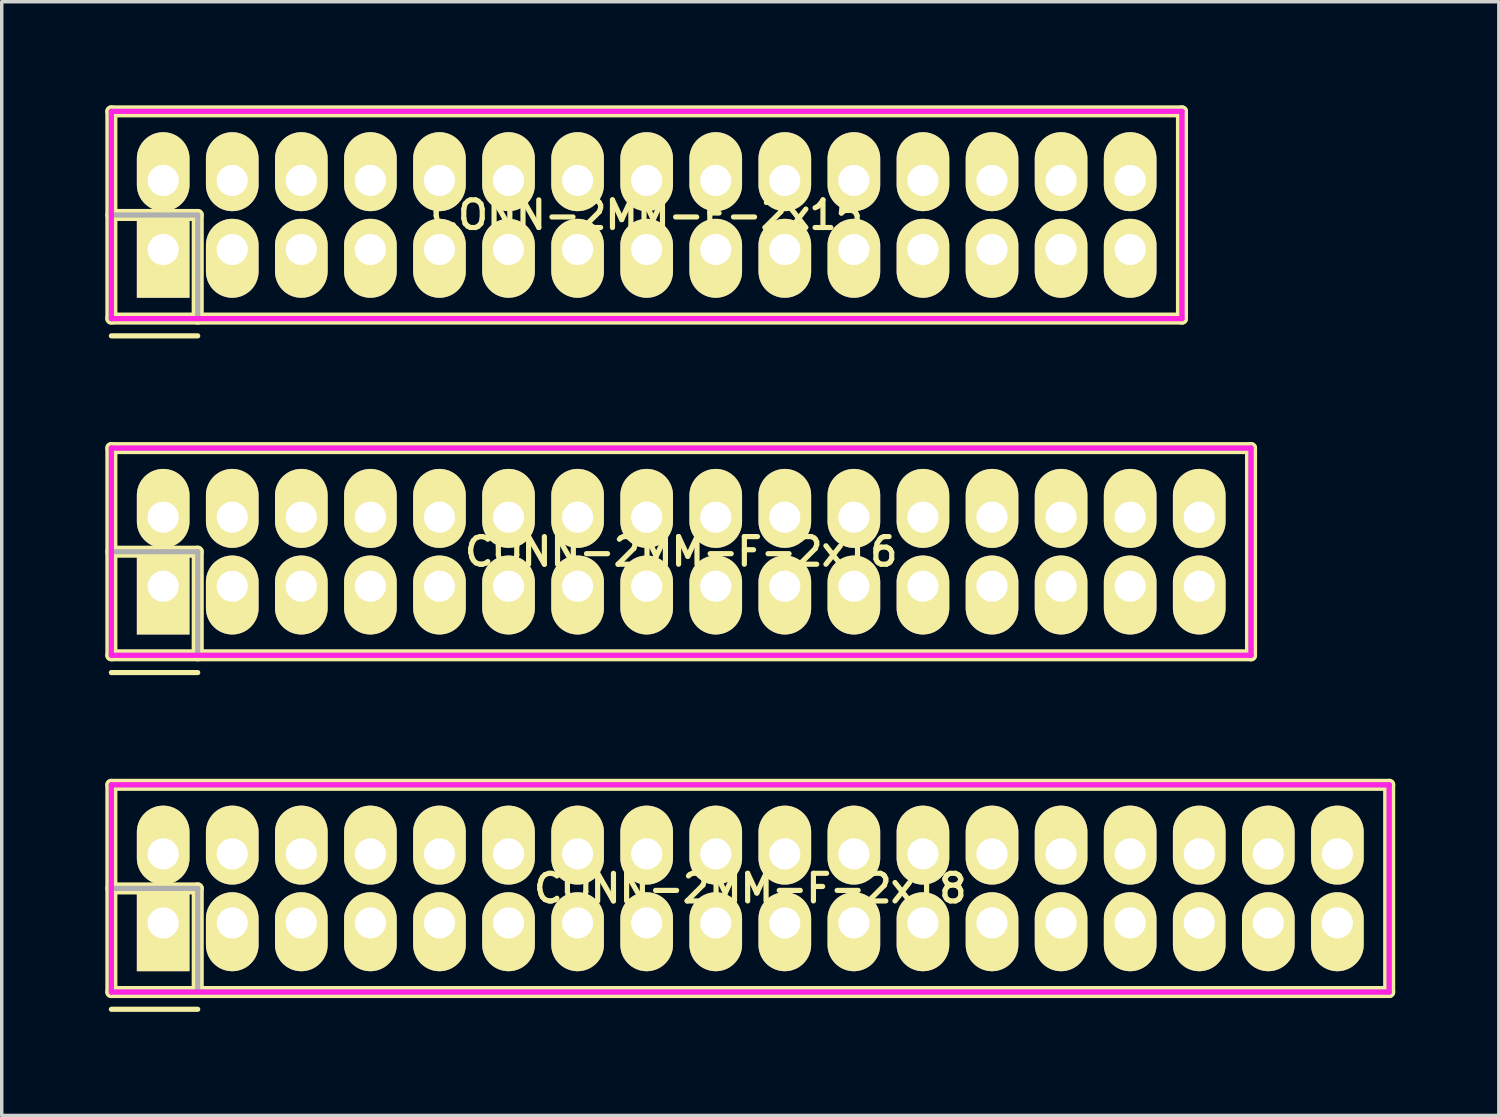
<source format=kicad_pcb>
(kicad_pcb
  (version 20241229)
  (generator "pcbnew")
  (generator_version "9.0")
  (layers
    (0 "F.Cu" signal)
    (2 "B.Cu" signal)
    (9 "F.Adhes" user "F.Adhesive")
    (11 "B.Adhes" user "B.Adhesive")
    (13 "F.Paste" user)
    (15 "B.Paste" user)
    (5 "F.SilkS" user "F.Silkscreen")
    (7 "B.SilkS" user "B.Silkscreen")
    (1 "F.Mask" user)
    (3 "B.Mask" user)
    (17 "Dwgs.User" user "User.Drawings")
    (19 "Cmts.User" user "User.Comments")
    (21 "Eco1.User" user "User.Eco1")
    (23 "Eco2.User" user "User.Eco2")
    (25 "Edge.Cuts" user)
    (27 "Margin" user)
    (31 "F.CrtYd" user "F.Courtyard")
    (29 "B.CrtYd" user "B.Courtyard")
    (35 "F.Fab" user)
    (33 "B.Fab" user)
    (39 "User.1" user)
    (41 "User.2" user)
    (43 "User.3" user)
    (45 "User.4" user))
  (footprint "CONN-2MM-F-2x16"
    (layer "F.Cu")
    (at 16.675 12.925)
    (property "Reference" "CONN-2MM-F-2x16" (at 0 0 0) (layer "F.SilkS") (effects (font (size 0.8 0.8) (thickness 0.15))))
    (attr through_hole)
    (fp_line (start -16.5 -3) (end 16.5 -3) (stroke (width 0.35) (type solid)) (layer "F.SilkS"))
    (fp_line (start -16.5 0) (end -14 0) (stroke (width 0.35) (type solid)) (layer "F.SilkS"))
    (fp_line (start -16.5 3) (end -16.5 -3) (stroke (width 0.35) (type solid)) (layer "F.SilkS"))
    (fp_line (start -16.5 3.5) (end -14 3.5) (stroke (width 0.15) (type solid)) (layer "F.SilkS"))
    (fp_line (start -14 0) (end -14 3) (stroke (width 0.35) (type solid)) (layer "F.SilkS"))
    (fp_line (start 16.5 -3) (end 16.5 3) (stroke (width 0.35) (type solid)) (layer "F.SilkS"))
    (fp_line (start 16.5 3) (end -16.5 3) (stroke (width 0.35) (type solid)) (layer "F.SilkS"))
    (fp_line (start -16.5 -3) (end 16.5 -3) (stroke (width 0.15) (type solid)) (layer "F.CrtYd"))
    (fp_line (start -16.5 3) (end -16.5 -3) (stroke (width 0.15) (type solid)) (layer "F.CrtYd"))
    (fp_line (start 16.5 -3) (end 16.5 3) (stroke (width 0.15) (type solid)) (layer "F.CrtYd"))
    (fp_line (start 16.5 3) (end -16.5 3) (stroke (width 0.15) (type solid)) (layer "F.CrtYd"))
    (fp_line (start -16.5 -3) (end 16.5 -3) (stroke (width 0.15) (type solid)) (layer "F.Fab"))
    (fp_line (start -16.5 0) (end -14 0) (stroke (width 0.15) (type solid)) (layer "F.Fab"))
    (fp_line (start -16.5 3) (end -16.5 -3) (stroke (width 0.15) (type solid)) (layer "F.Fab"))
    (fp_line (start -14 0) (end -14 3) (stroke (width 0.15) (type solid)) (layer "F.Fab"))
    (fp_line (start 16.5 -3) (end 16.5 3) (stroke (width 0.15) (type solid)) (layer "F.Fab"))
    (fp_line (start 16.5 3) (end -16.5 3) (stroke (width 0.15) (type solid)) (layer "F.Fab"))
    (pad "1" thru_hole rect (at -15 1) (size 1.524 2.286) (drill 0.9 (offset 0 0.254)) (layers "*.Cu" "*.Mask" "F.SilkS"))
    (pad "2" thru_hole oval (at -15 -1) (size 1.524 2.286) (drill 0.9 (offset 0 -0.254)) (layers "*.Cu" "*.Mask" "F.SilkS"))
    (pad "3" thru_hole oval (at -13 1) (size 1.524 2.286) (drill 0.9 (offset 0 0.254)) (layers "*.Cu" "*.Mask" "F.SilkS"))
    (pad "4" thru_hole oval (at -13 -1) (size 1.524 2.286) (drill 0.9 (offset 0 -0.254)) (layers "*.Cu" "*.Mask" "F.SilkS"))
    (pad "5" thru_hole oval (at -11 1) (size 1.524 2.286) (drill 0.9 (offset 0 0.254)) (layers "*.Cu" "*.Mask" "F.SilkS"))
    (pad "6" thru_hole oval (at -11 -1) (size 1.524 2.286) (drill 0.9 (offset 0 -0.254)) (layers "*.Cu" "*.Mask" "F.SilkS"))
    (pad "7" thru_hole oval (at -9 1) (size 1.524 2.286) (drill 0.9 (offset 0 0.254)) (layers "*.Cu" "*.Mask" "F.SilkS"))
    (pad "8" thru_hole oval (at -9 -1) (size 1.524 2.286) (drill 0.9 (offset 0 -0.254)) (layers "*.Cu" "*.Mask" "F.SilkS"))
    (pad "9" thru_hole oval (at -7 1) (size 1.524 2.286) (drill 0.9 (offset 0 0.254)) (layers "*.Cu" "*.Mask" "F.SilkS"))
    (pad "10" thru_hole oval (at -7 -1) (size 1.524 2.286) (drill 0.9 (offset 0 -0.254)) (layers "*.Cu" "*.Mask" "F.SilkS"))
    (pad "11" thru_hole oval (at -5 1) (size 1.524 2.286) (drill 0.9 (offset 0 0.254)) (layers "*.Cu" "*.Mask" "F.SilkS"))
    (pad "12" thru_hole oval (at -5 -1) (size 1.524 2.286) (drill 0.9 (offset 0 -0.254)) (layers "*.Cu" "*.Mask" "F.SilkS"))
    (pad "13" thru_hole oval (at -3 1) (size 1.524 2.286) (drill 0.9 (offset 0 0.254)) (layers "*.Cu" "*.Mask" "F.SilkS"))
    (pad "14" thru_hole oval (at -3 -1) (size 1.524 2.286) (drill 0.9 (offset 0 -0.254)) (layers "*.Cu" "*.Mask" "F.SilkS"))
    (pad "15" thru_hole oval (at -1 1) (size 1.524 2.286) (drill 0.9 (offset 0 0.254)) (layers "*.Cu" "*.Mask" "F.SilkS"))
    (pad "16" thru_hole oval (at -1 -1) (size 1.524 2.286) (drill 0.9 (offset 0 -0.254)) (layers "*.Cu" "*.Mask" "F.SilkS"))
    (pad "17" thru_hole oval (at 1 1) (size 1.524 2.286) (drill 0.9 (offset 0 0.254)) (layers "*.Cu" "*.Mask" "F.SilkS"))
    (pad "18" thru_hole oval (at 1 -1) (size 1.524 2.286) (drill 0.9 (offset 0 -0.254)) (layers "*.Cu" "*.Mask" "F.SilkS"))
    (pad "19" thru_hole oval (at 3 1) (size 1.524 2.286) (drill 0.9 (offset 0 0.254)) (layers "*.Cu" "*.Mask" "F.SilkS"))
    (pad "20" thru_hole oval (at 3 -1) (size 1.524 2.286) (drill 0.9 (offset 0 -0.254)) (layers "*.Cu" "*.Mask" "F.SilkS"))
    (pad "21" thru_hole oval (at 5 1) (size 1.524 2.286) (drill 0.9 (offset 0 0.254)) (layers "*.Cu" "*.Mask" "F.SilkS"))
    (pad "22" thru_hole oval (at 5 -1) (size 1.524 2.286) (drill 0.9 (offset 0 -0.254)) (layers "*.Cu" "*.Mask" "F.SilkS"))
    (pad "23" thru_hole oval (at 7 1) (size 1.524 2.286) (drill 0.9 (offset 0 0.254)) (layers "*.Cu" "*.Mask" "F.SilkS"))
    (pad "24" thru_hole oval (at 7 -1) (size 1.524 2.286) (drill 0.9 (offset 0 -0.254)) (layers "*.Cu" "*.Mask" "F.SilkS"))
    (pad "25" thru_hole oval (at 9 1) (size 1.524 2.286) (drill 0.9 (offset 0 0.254)) (layers "*.Cu" "*.Mask" "F.SilkS"))
    (pad "26" thru_hole oval (at 9 -1) (size 1.524 2.286) (drill 0.9 (offset 0 -0.254)) (layers "*.Cu" "*.Mask" "F.SilkS"))
    (pad "27" thru_hole oval (at 11 1) (size 1.524 2.286) (drill 0.9 (offset 0 0.254)) (layers "*.Cu" "*.Mask" "F.SilkS"))
    (pad "28" thru_hole oval (at 11 -1) (size 1.524 2.286) (drill 0.9 (offset 0 -0.254)) (layers "*.Cu" "*.Mask" "F.SilkS"))
    (pad "29" thru_hole oval (at 13 1) (size 1.524 2.286) (drill 0.9 (offset 0 0.254)) (layers "*.Cu" "*.Mask" "F.SilkS"))
    (pad "30" thru_hole oval (at 13 -1) (size 1.524 2.286) (drill 0.9 (offset 0 -0.254)) (layers "*.Cu" "*.Mask" "F.SilkS"))
    (pad "31" thru_hole oval (at 15 1) (size 1.524 2.286) (drill 0.9 (offset 0 0.254)) (layers "*.Cu" "*.Mask" "F.SilkS"))
    (pad "32" thru_hole oval (at 15 -1) (size 1.524 2.286) (drill 0.9 (offset 0 -0.254)) (layers "*.Cu" "*.Mask" "F.SilkS")))
  (footprint "CONN-2MM-F-2x15"
    (layer "F.Cu")
    (at 15.675 3.175)
    (property "Reference" "CONN-2MM-F-2x15" (at 0 0 0) (layer "F.SilkS") (effects (font (size 0.8 0.8) (thickness 0.15))))
    (attr through_hole)
    (fp_line (start -15.5 -3) (end 15.5 -3) (stroke (width 0.35) (type solid)) (layer "F.SilkS"))
    (fp_line (start -15.5 0) (end -13 0) (stroke (width 0.35) (type solid)) (layer "F.SilkS"))
    (fp_line (start -15.5 3) (end -15.5 -3) (stroke (width 0.35) (type solid)) (layer "F.SilkS"))
    (fp_line (start -15.5 3.5) (end -13 3.5) (stroke (width 0.15) (type solid)) (layer "F.SilkS"))
    (fp_line (start -13 0) (end -13 3) (stroke (width 0.35) (type solid)) (layer "F.SilkS"))
    (fp_line (start 15.5 -3) (end 15.5 3) (stroke (width 0.35) (type solid)) (layer "F.SilkS"))
    (fp_line (start 15.5 3) (end -15.5 3) (stroke (width 0.35) (type solid)) (layer "F.SilkS"))
    (fp_line (start -15.5 -3) (end 15.5 -3) (stroke (width 0.15) (type solid)) (layer "F.CrtYd"))
    (fp_line (start -15.5 3) (end -15.5 -3) (stroke (width 0.15) (type solid)) (layer "F.CrtYd"))
    (fp_line (start 15.5 -3) (end 15.5 3) (stroke (width 0.15) (type solid)) (layer "F.CrtYd"))
    (fp_line (start 15.5 3) (end -15.5 3) (stroke (width 0.15) (type solid)) (layer "F.CrtYd"))
    (fp_line (start -15.5 -3) (end 15.5 -3) (stroke (width 0.15) (type solid)) (layer "F.Fab"))
    (fp_line (start -15.5 0) (end -13 0) (stroke (width 0.15) (type solid)) (layer "F.Fab"))
    (fp_line (start -15.5 3) (end -15.5 -3) (stroke (width 0.15) (type solid)) (layer "F.Fab"))
    (fp_line (start -13 0) (end -13 3) (stroke (width 0.15) (type solid)) (layer "F.Fab"))
    (fp_line (start 15.5 -3) (end 15.5 3) (stroke (width 0.15) (type solid)) (layer "F.Fab"))
    (fp_line (start 15.5 3) (end -15.5 3) (stroke (width 0.15) (type solid)) (layer "F.Fab"))
    (pad "1" thru_hole rect (at -14 1) (size 1.524 2.286) (drill 0.9 (offset 0 0.254)) (layers "*.Cu" "*.Mask" "F.SilkS"))
    (pad "2" thru_hole oval (at -14 -1) (size 1.524 2.286) (drill 0.9 (offset 0 -0.254)) (layers "*.Cu" "*.Mask" "F.SilkS"))
    (pad "3" thru_hole oval (at -12 1) (size 1.524 2.286) (drill 0.9 (offset 0 0.254)) (layers "*.Cu" "*.Mask" "F.SilkS"))
    (pad "4" thru_hole oval (at -12 -1) (size 1.524 2.286) (drill 0.9 (offset 0 -0.254)) (layers "*.Cu" "*.Mask" "F.SilkS"))
    (pad "5" thru_hole oval (at -10 1) (size 1.524 2.286) (drill 0.9 (offset 0 0.254)) (layers "*.Cu" "*.Mask" "F.SilkS"))
    (pad "6" thru_hole oval (at -10 -1) (size 1.524 2.286) (drill 0.9 (offset 0 -0.254)) (layers "*.Cu" "*.Mask" "F.SilkS"))
    (pad "7" thru_hole oval (at -8 1) (size 1.524 2.286) (drill 0.9 (offset 0 0.254)) (layers "*.Cu" "*.Mask" "F.SilkS"))
    (pad "8" thru_hole oval (at -8 -1) (size 1.524 2.286) (drill 0.9 (offset 0 -0.254)) (layers "*.Cu" "*.Mask" "F.SilkS"))
    (pad "9" thru_hole oval (at -6 1) (size 1.524 2.286) (drill 0.9 (offset 0 0.254)) (layers "*.Cu" "*.Mask" "F.SilkS"))
    (pad "10" thru_hole oval (at -6 -1) (size 1.524 2.286) (drill 0.9 (offset 0 -0.254)) (layers "*.Cu" "*.Mask" "F.SilkS"))
    (pad "11" thru_hole oval (at -4 1) (size 1.524 2.286) (drill 0.9 (offset 0 0.254)) (layers "*.Cu" "*.Mask" "F.SilkS"))
    (pad "12" thru_hole oval (at -4 -1) (size 1.524 2.286) (drill 0.9 (offset 0 -0.254)) (layers "*.Cu" "*.Mask" "F.SilkS"))
    (pad "13" thru_hole oval (at -2 1) (size 1.524 2.286) (drill 0.9 (offset 0 0.254)) (layers "*.Cu" "*.Mask" "F.SilkS"))
    (pad "14" thru_hole oval (at -2 -1) (size 1.524 2.286) (drill 0.9 (offset 0 -0.254)) (layers "*.Cu" "*.Mask" "F.SilkS"))
    (pad "15" thru_hole oval (at 0 1) (size 1.524 2.286) (drill 0.9 (offset 0 0.254)) (layers "*.Cu" "*.Mask" "F.SilkS"))
    (pad "16" thru_hole oval (at 0 -1) (size 1.524 2.286) (drill 0.9 (offset 0 -0.254)) (layers "*.Cu" "*.Mask" "F.SilkS"))
    (pad "17" thru_hole oval (at 2 1) (size 1.524 2.286) (drill 0.9 (offset 0 0.254)) (layers "*.Cu" "*.Mask" "F.SilkS"))
    (pad "18" thru_hole oval (at 2 -1) (size 1.524 2.286) (drill 0.9 (offset 0 -0.254)) (layers "*.Cu" "*.Mask" "F.SilkS"))
    (pad "19" thru_hole oval (at 4 1) (size 1.524 2.286) (drill 0.9 (offset 0 0.254)) (layers "*.Cu" "*.Mask" "F.SilkS"))
    (pad "20" thru_hole oval (at 4 -1) (size 1.524 2.286) (drill 0.9 (offset 0 -0.254)) (layers "*.Cu" "*.Mask" "F.SilkS"))
    (pad "21" thru_hole oval (at 6 1) (size 1.524 2.286) (drill 0.9 (offset 0 0.254)) (layers "*.Cu" "*.Mask" "F.SilkS"))
    (pad "22" thru_hole oval (at 6 -1) (size 1.524 2.286) (drill 0.9 (offset 0 -0.254)) (layers "*.Cu" "*.Mask" "F.SilkS"))
    (pad "23" thru_hole oval (at 8 1) (size 1.524 2.286) (drill 0.9 (offset 0 0.254)) (layers "*.Cu" "*.Mask" "F.SilkS"))
    (pad "24" thru_hole oval (at 8 -1) (size 1.524 2.286) (drill 0.9 (offset 0 -0.254)) (layers "*.Cu" "*.Mask" "F.SilkS"))
    (pad "25" thru_hole oval (at 10 1) (size 1.524 2.286) (drill 0.9 (offset 0 0.254)) (layers "*.Cu" "*.Mask" "F.SilkS"))
    (pad "26" thru_hole oval (at 10 -1) (size 1.524 2.286) (drill 0.9 (offset 0 -0.254)) (layers "*.Cu" "*.Mask" "F.SilkS"))
    (pad "27" thru_hole oval (at 12 1) (size 1.524 2.286) (drill 0.9 (offset 0 0.254)) (layers "*.Cu" "*.Mask" "F.SilkS"))
    (pad "28" thru_hole oval (at 12 -1) (size 1.524 2.286) (drill 0.9 (offset 0 -0.254)) (layers "*.Cu" "*.Mask" "F.SilkS"))
    (pad "29" thru_hole oval (at 14 1) (size 1.524 2.286) (drill 0.9 (offset 0 0.254)) (layers "*.Cu" "*.Mask" "F.SilkS"))
    (pad "30" thru_hole oval (at 14 -1) (size 1.524 2.286) (drill 0.9 (offset 0 -0.254)) (layers "*.Cu" "*.Mask" "F.SilkS")))
  (footprint "CONN-2MM-F-2x18"
    (layer "F.Cu")
    (at 18.675 22.675)
    (property "Reference" "CONN-2MM-F-2x18" (at 0 0 0) (layer "F.SilkS") (effects (font (size 0.8 0.8) (thickness 0.15))))
    (attr through_hole)
    (fp_line (start -18.5 -3) (end 18.5 -3) (stroke (width 0.35) (type solid)) (layer "F.SilkS"))
    (fp_line (start -18.5 0) (end -16 0) (stroke (width 0.35) (type solid)) (layer "F.SilkS"))
    (fp_line (start -18.5 3) (end -18.5 -3) (stroke (width 0.35) (type solid)) (layer "F.SilkS"))
    (fp_line (start -18.5 3.5) (end -16 3.5) (stroke (width 0.15) (type solid)) (layer "F.SilkS"))
    (fp_line (start -16 0) (end -16 3) (stroke (width 0.35) (type solid)) (layer "F.SilkS"))
    (fp_line (start 18.5 -3) (end 18.5 3) (stroke (width 0.35) (type solid)) (layer "F.SilkS"))
    (fp_line (start 18.5 3) (end -18.5 3) (stroke (width 0.35) (type solid)) (layer "F.SilkS"))
    (fp_line (start -18.5 -3) (end 18.5 -3) (stroke (width 0.15) (type solid)) (layer "F.CrtYd"))
    (fp_line (start -18.5 3) (end -18.5 -3) (stroke (width 0.15) (type solid)) (layer "F.CrtYd"))
    (fp_line (start 18.5 -3) (end 18.5 3) (stroke (width 0.15) (type solid)) (layer "F.CrtYd"))
    (fp_line (start 18.5 3) (end -18.5 3) (stroke (width 0.15) (type solid)) (layer "F.CrtYd"))
    (fp_line (start -18.5 -3) (end 18.5 -3) (stroke (width 0.15) (type solid)) (layer "F.Fab"))
    (fp_line (start -18.5 0) (end -16 0) (stroke (width 0.15) (type solid)) (layer "F.Fab"))
    (fp_line (start -18.5 3) (end -18.5 -3) (stroke (width 0.15) (type solid)) (layer "F.Fab"))
    (fp_line (start -16 0) (end -16 3) (stroke (width 0.15) (type solid)) (layer "F.Fab"))
    (fp_line (start 18.5 -3) (end 18.5 3) (stroke (width 0.15) (type solid)) (layer "F.Fab"))
    (fp_line (start 18.5 3) (end -18.5 3) (stroke (width 0.15) (type solid)) (layer "F.Fab"))
    (pad "1" thru_hole rect (at -17 1) (size 1.524 2.286) (drill 0.9 (offset 0 0.254)) (layers "*.Cu" "*.Mask" "F.SilkS"))
    (pad "2" thru_hole oval (at -17 -1) (size 1.524 2.286) (drill 0.9 (offset 0 -0.254)) (layers "*.Cu" "*.Mask" "F.SilkS"))
    (pad "3" thru_hole oval (at -15 1) (size 1.524 2.286) (drill 0.9 (offset 0 0.254)) (layers "*.Cu" "*.Mask" "F.SilkS"))
    (pad "4" thru_hole oval (at -15 -1) (size 1.524 2.286) (drill 0.9 (offset 0 -0.254)) (layers "*.Cu" "*.Mask" "F.SilkS"))
    (pad "5" thru_hole oval (at -13 1) (size 1.524 2.286) (drill 0.9 (offset 0 0.254)) (layers "*.Cu" "*.Mask" "F.SilkS"))
    (pad "6" thru_hole oval (at -13 -1) (size 1.524 2.286) (drill 0.9 (offset 0 -0.254)) (layers "*.Cu" "*.Mask" "F.SilkS"))
    (pad "7" thru_hole oval (at -11 1) (size 1.524 2.286) (drill 0.9 (offset 0 0.254)) (layers "*.Cu" "*.Mask" "F.SilkS"))
    (pad "8" thru_hole oval (at -11 -1) (size 1.524 2.286) (drill 0.9 (offset 0 -0.254)) (layers "*.Cu" "*.Mask" "F.SilkS"))
    (pad "9" thru_hole oval (at -9 1) (size 1.524 2.286) (drill 0.9 (offset 0 0.254)) (layers "*.Cu" "*.Mask" "F.SilkS"))
    (pad "10" thru_hole oval (at -9 -1) (size 1.524 2.286) (drill 0.9 (offset 0 -0.254)) (layers "*.Cu" "*.Mask" "F.SilkS"))
    (pad "11" thru_hole oval (at -7 1) (size 1.524 2.286) (drill 0.9 (offset 0 0.254)) (layers "*.Cu" "*.Mask" "F.SilkS"))
    (pad "12" thru_hole oval (at -7 -1) (size 1.524 2.286) (drill 0.9 (offset 0 -0.254)) (layers "*.Cu" "*.Mask" "F.SilkS"))
    (pad "13" thru_hole oval (at -5 1) (size 1.524 2.286) (drill 0.9 (offset 0 0.254)) (layers "*.Cu" "*.Mask" "F.SilkS"))
    (pad "14" thru_hole oval (at -5 -1) (size 1.524 2.286) (drill 0.9 (offset 0 -0.254)) (layers "*.Cu" "*.Mask" "F.SilkS"))
    (pad "15" thru_hole oval (at -3 1) (size 1.524 2.286) (drill 0.9 (offset 0 0.254)) (layers "*.Cu" "*.Mask" "F.SilkS"))
    (pad "16" thru_hole oval (at -3 -1) (size 1.524 2.286) (drill 0.9 (offset 0 -0.254)) (layers "*.Cu" "*.Mask" "F.SilkS"))
    (pad "17" thru_hole oval (at -1 1) (size 1.524 2.286) (drill 0.9 (offset 0 0.254)) (layers "*.Cu" "*.Mask" "F.SilkS"))
    (pad "18" thru_hole oval (at -1 -1) (size 1.524 2.286) (drill 0.9 (offset 0 -0.254)) (layers "*.Cu" "*.Mask" "F.SilkS"))
    (pad "19" thru_hole oval (at 1 1) (size 1.524 2.286) (drill 0.9 (offset 0 0.254)) (layers "*.Cu" "*.Mask" "F.SilkS"))
    (pad "20" thru_hole oval (at 1 -1) (size 1.524 2.286) (drill 0.9 (offset 0 -0.254)) (layers "*.Cu" "*.Mask" "F.SilkS"))
    (pad "21" thru_hole oval (at 3 1) (size 1.524 2.286) (drill 0.9 (offset 0 0.254)) (layers "*.Cu" "*.Mask" "F.SilkS"))
    (pad "22" thru_hole oval (at 3 -1) (size 1.524 2.286) (drill 0.9 (offset 0 -0.254)) (layers "*.Cu" "*.Mask" "F.SilkS"))
    (pad "23" thru_hole oval (at 5 1) (size 1.524 2.286) (drill 0.9 (offset 0 0.254)) (layers "*.Cu" "*.Mask" "F.SilkS"))
    (pad "24" thru_hole oval (at 5 -1) (size 1.524 2.286) (drill 0.9 (offset 0 -0.254)) (layers "*.Cu" "*.Mask" "F.SilkS"))
    (pad "25" thru_hole oval (at 7 1) (size 1.524 2.286) (drill 0.9 (offset 0 0.254)) (layers "*.Cu" "*.Mask" "F.SilkS"))
    (pad "26" thru_hole oval (at 7 -1) (size 1.524 2.286) (drill 0.9 (offset 0 -0.254)) (layers "*.Cu" "*.Mask" "F.SilkS"))
    (pad "27" thru_hole oval (at 9 1) (size 1.524 2.286) (drill 0.9 (offset 0 0.254)) (layers "*.Cu" "*.Mask" "F.SilkS"))
    (pad "28" thru_hole oval (at 9 -1) (size 1.524 2.286) (drill 0.9 (offset 0 -0.254)) (layers "*.Cu" "*.Mask" "F.SilkS"))
    (pad "29" thru_hole oval (at 11 1) (size 1.524 2.286) (drill 0.9 (offset 0 0.254)) (layers "*.Cu" "*.Mask" "F.SilkS"))
    (pad "30" thru_hole oval (at 11 -1) (size 1.524 2.286) (drill 0.9 (offset 0 -0.254)) (layers "*.Cu" "*.Mask" "F.SilkS"))
    (pad "31" thru_hole oval (at 13 1) (size 1.524 2.286) (drill 0.9 (offset 0 0.254)) (layers "*.Cu" "*.Mask" "F.SilkS"))
    (pad "32" thru_hole oval (at 13 -1) (size 1.524 2.286) (drill 0.9 (offset 0 -0.254)) (layers "*.Cu" "*.Mask" "F.SilkS"))
    (pad "33" thru_hole oval (at 15 1) (size 1.524 2.286) (drill 0.9 (offset 0 0.254)) (layers "*.Cu" "*.Mask" "F.SilkS"))
    (pad "34" thru_hole oval (at 15 -1) (size 1.524 2.286) (drill 0.9 (offset 0 -0.254)) (layers "*.Cu" "*.Mask" "F.SilkS"))
    (pad "35" thru_hole oval (at 17 1) (size 1.524 2.286) (drill 0.9 (offset 0 0.254)) (layers "*.Cu" "*.Mask" "F.SilkS"))
    (pad "36" thru_hole oval (at 17 -1) (size 1.524 2.286) (drill 0.9 (offset 0 -0.254)) (layers "*.Cu" "*.Mask" "F.SilkS")))
  (gr_rect
    (start -3 -3)
    (end 40.35 29.25)
    (stroke (width 0.1) (type default))
    (fill no)
    (layer "Edge.Cuts")))
</source>
